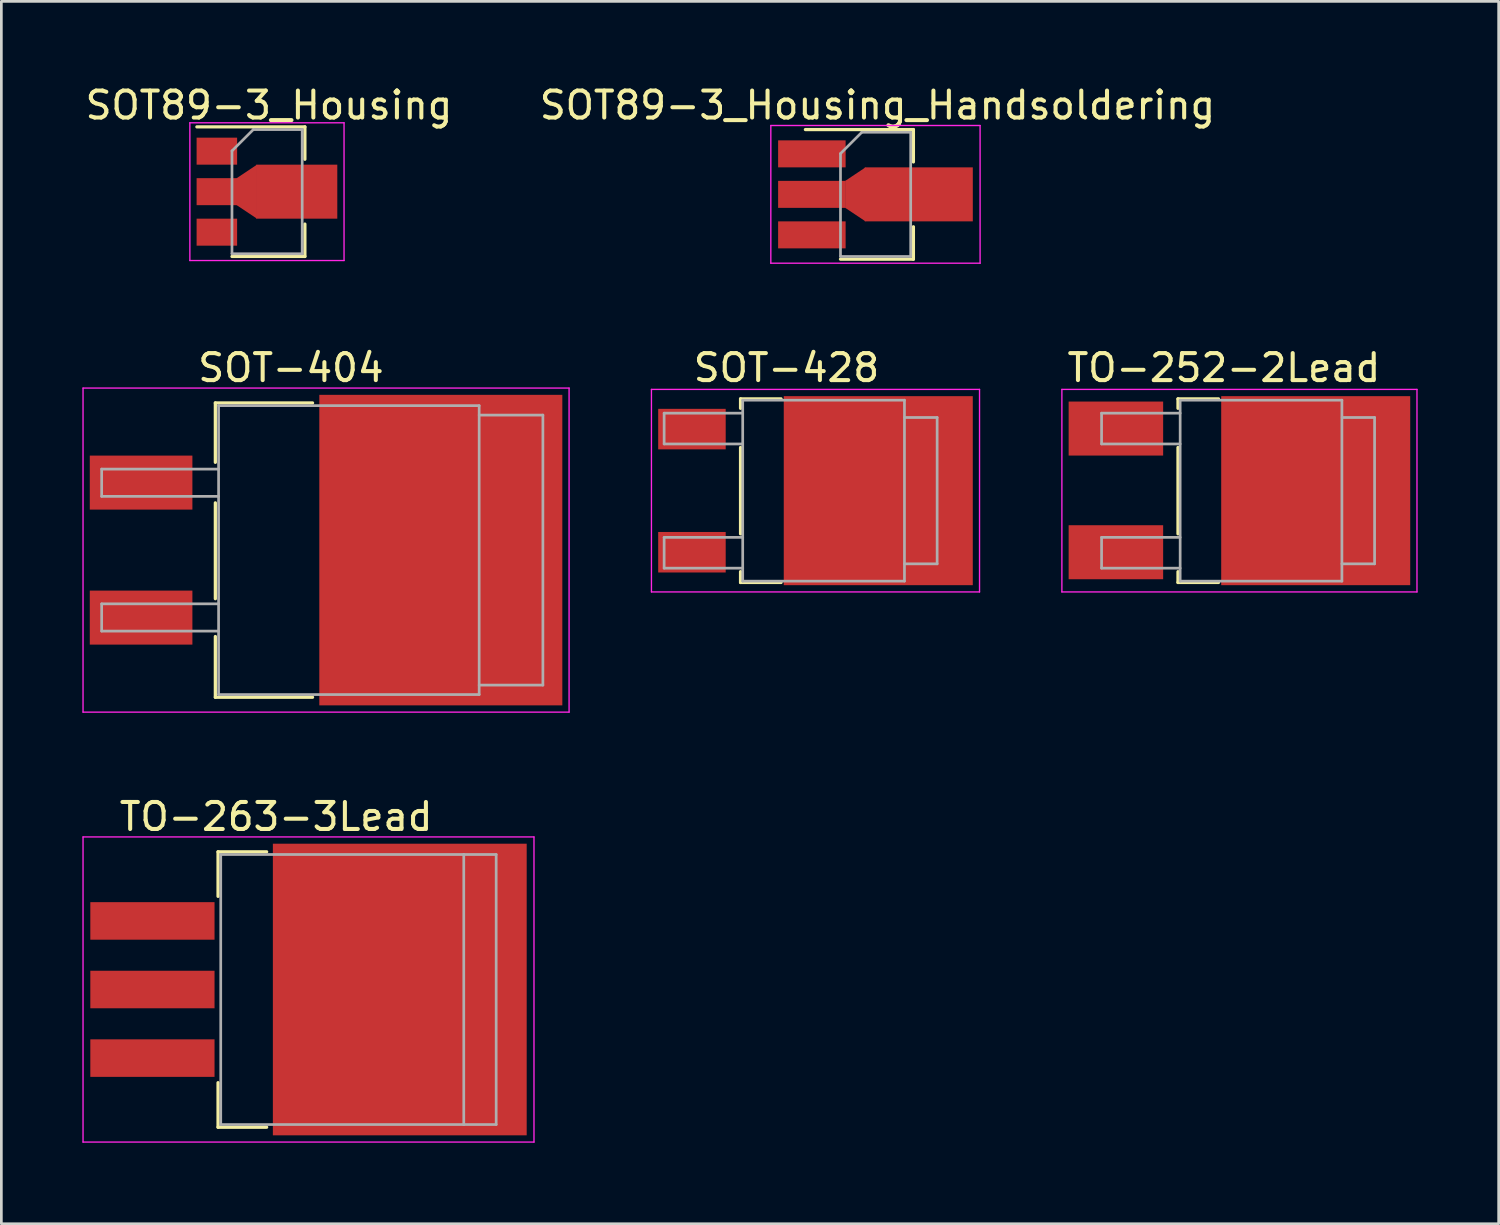
<source format=kicad_pcb>
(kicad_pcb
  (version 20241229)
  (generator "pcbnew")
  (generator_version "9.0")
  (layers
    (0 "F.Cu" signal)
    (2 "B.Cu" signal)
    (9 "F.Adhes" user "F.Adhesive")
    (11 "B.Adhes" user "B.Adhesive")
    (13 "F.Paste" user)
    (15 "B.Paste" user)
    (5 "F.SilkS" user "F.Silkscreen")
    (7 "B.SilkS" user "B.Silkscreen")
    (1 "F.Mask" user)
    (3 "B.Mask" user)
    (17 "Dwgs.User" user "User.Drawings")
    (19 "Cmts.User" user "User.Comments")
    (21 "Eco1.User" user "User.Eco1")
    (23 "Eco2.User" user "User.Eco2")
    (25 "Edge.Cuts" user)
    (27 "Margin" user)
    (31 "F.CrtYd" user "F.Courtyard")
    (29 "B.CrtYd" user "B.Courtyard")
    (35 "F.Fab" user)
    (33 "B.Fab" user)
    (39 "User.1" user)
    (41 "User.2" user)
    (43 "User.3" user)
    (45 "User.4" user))
  (footprint "TO-263-3Lead"
    (layer "F.Cu")
    (at 7.175 33.595)
    (property "Reference" "TO-263-3Lead" (at 0 -6.4 180) (layer "F.SilkS") (effects (font (size 1 1) (thickness 0.15))))
    (attr smd)
    (fp_line (start -2.15 -5.1) (end -2.15 -3.45) (stroke (width 0.12) (type solid)) (layer "F.SilkS"))
    (fp_line (start -2.15 3.45) (end -2.15 5.1) (stroke (width 0.12) (type solid)) (layer "F.SilkS"))
    (fp_line (start -2.15 5.1) (end -0.35 5.1) (stroke (width 0.12) (type solid)) (layer "F.SilkS"))
    (fp_line (start -0.35 -5.1) (end -2.15 -5.1) (stroke (width 0.12) (type solid)) (layer "F.SilkS"))
    (fp_line (start -7.15 -5.65) (end -7.15 5.65) (stroke (width 0.05) (type solid)) (layer "F.CrtYd"))
    (fp_line (start 9.55 -5.65) (end -7.15 -5.65) (stroke (width 0.05) (type solid)) (layer "F.CrtYd"))
    (fp_line (start 9.55 -5.65) (end 9.55 5.65) (stroke (width 0.05) (type solid)) (layer "F.CrtYd"))
    (fp_line (start 9.55 5.65) (end -7.15 5.65) (stroke (width 0.05) (type solid)) (layer "F.CrtYd"))
    (fp_line (start -2.05 -5) (end -2.05 5) (stroke (width 0.1) (type solid)) (layer "F.Fab"))
    (fp_line (start -2.05 5) (end 6.95 5) (stroke (width 0.1) (type solid)) (layer "F.Fab"))
    (fp_line (start 6.95 -5) (end -2.05 -5) (stroke (width 0.1) (type solid)) (layer "F.Fab"))
    (fp_line (start 6.95 5) (end 6.95 -5) (stroke (width 0.1) (type solid)) (layer "F.Fab"))
    (fp_line (start 6.95 5) (end 8.15 5) (stroke (width 0.1) (type solid)) (layer "F.Fab"))
    (fp_line (start 8.15 -5) (end 6.95 -5) (stroke (width 0.1) (type solid)) (layer "F.Fab"))
    (fp_line (start 8.15 5) (end 8.15 -5) (stroke (width 0.1) (type solid)) (layer "F.Fab"))
    (pad "1" smd rect (at -4.58 -2.54) (size 4.6 1.39) (layers "F.Cu" "F.Mask" "F.Paste"))
    (pad "2" smd rect (at -4.58 0) (size 4.6 1.39) (layers "F.Cu" "F.Mask" "F.Paste"))
    (pad "2" smd rect (at 4.58 0) (size 9.4 10.8) (layers "F.Cu" "F.Mask" "F.Paste"))
    (pad "3" smd rect (at -4.58 2.54) (size 4.6 1.39) (layers "F.Cu" "F.Mask" "F.Paste")))
  (footprint "SOT89-3_Housing_Handsoldering"
    (layer "F.Cu")
    (at 28.996 4.148)
    (property "Reference" "SOT89-3_Housing_Handsoldering" (at 0.45 -3.3 0) (layer "F.SilkS") (effects (font (size 1 1) (thickness 0.15))))
    (attr smd)
    (fp_line (start -2.22 -2.4) (end 1.78 -2.4) (stroke (width 0.12) (type solid)) (layer "F.SilkS"))
    (fp_line (start 1.78 -2.4) (end 1.78 -1.2) (stroke (width 0.12) (type solid)) (layer "F.SilkS"))
    (fp_line (start 1.78 1.2) (end 1.78 2.4) (stroke (width 0.12) (type solid)) (layer "F.SilkS"))
    (fp_line (start 1.78 2.4) (end -0.92 2.4) (stroke (width 0.12) (type solid)) (layer "F.SilkS"))
    (fp_line (start -3.5 -2.55) (end -3.5 2.55) (stroke (width 0.05) (type solid)) (layer "F.CrtYd"))
    (fp_line (start -3.5 2.55) (end 4.25 2.55) (stroke (width 0.05) (type solid)) (layer "F.CrtYd"))
    (fp_line (start 4.25 -2.55) (end -3.5 -2.55) (stroke (width 0.05) (type solid)) (layer "F.CrtYd"))
    (fp_line (start 4.25 2.55) (end 4.25 -2.55) (stroke (width 0.05) (type solid)) (layer "F.CrtYd"))
    (fp_line (start -0.92 -1.51) (end -0.13 -2.3) (stroke (width 0.1) (type solid)) (layer "F.Fab"))
    (fp_line (start -0.92 2.3) (end -0.92 -1.51) (stroke (width 0.1) (type solid)) (layer "F.Fab"))
    (fp_line (start -0.13 -2.3) (end 1.68 -2.3) (stroke (width 0.1) (type solid)) (layer "F.Fab"))
    (fp_line (start 1.68 -2.3) (end 1.68 2.3) (stroke (width 0.1) (type solid)) (layer "F.Fab"))
    (fp_line (start 1.68 2.3) (end -0.92 2.3) (stroke (width 0.1) (type solid)) (layer "F.Fab"))
    (pad "1" smd rect (at -1.98 -1.5 270) (size 1 2.5) (layers "F.Cu" "F.Mask" "F.Paste"))
    (pad "2" smd rect (at -1.98 0 270) (size 1 2.5) (layers "F.Cu" "F.Mask" "F.Paste"))
    (pad "2" smd trapezoid (at -0.37 0 90) (size 1.5 0.75) (rect_delta 0 0.5) (layers "F.Cu" "F.Mask" "F.Paste"))
    (pad "2" smd rect (at 1.98 0 270) (size 2 4) (layers "F.Cu" "F.Mask" "F.Paste"))
    (pad "3" smd rect (at -1.98 1.5 270) (size 1 2.5) (layers "F.Cu" "F.Mask" "F.Paste")))
  (footprint "SOT89-3_Housing"
    (layer "F.Cu")
    (at 6.461 4.048)
    (property "Reference" "SOT89-3_Housing" (at 0.45 -3.2 0) (layer "F.SilkS") (effects (font (size 1 1) (thickness 0.15))))
    (attr smd)
    (fp_line (start -2.22 -2.4) (end 1.78 -2.4) (stroke (width 0.12) (type solid)) (layer "F.SilkS"))
    (fp_line (start 1.78 -2.4) (end 1.78 -1.2) (stroke (width 0.12) (type solid)) (layer "F.SilkS"))
    (fp_line (start 1.78 1.2) (end 1.78 2.4) (stroke (width 0.12) (type solid)) (layer "F.SilkS"))
    (fp_line (start 1.78 2.4) (end -0.92 2.4) (stroke (width 0.12) (type solid)) (layer "F.SilkS"))
    (fp_line (start -2.48 2.55) (end -2.48 -2.55) (stroke (width 0.05) (type solid)) (layer "F.CrtYd"))
    (fp_line (start -2.48 2.55) (end 3.23 2.55) (stroke (width 0.05) (type solid)) (layer "F.CrtYd"))
    (fp_line (start 3.23 -2.55) (end -2.48 -2.55) (stroke (width 0.05) (type solid)) (layer "F.CrtYd"))
    (fp_line (start 3.23 -2.55) (end 3.23 2.55) (stroke (width 0.05) (type solid)) (layer "F.CrtYd"))
    (fp_line (start -0.92 -1.51) (end -0.13 -2.3) (stroke (width 0.1) (type solid)) (layer "F.Fab"))
    (fp_line (start -0.92 2.3) (end -0.92 -1.51) (stroke (width 0.1) (type solid)) (layer "F.Fab"))
    (fp_line (start -0.13 -2.3) (end 1.68 -2.3) (stroke (width 0.1) (type solid)) (layer "F.Fab"))
    (fp_line (start 1.68 -2.3) (end 1.68 2.3) (stroke (width 0.1) (type solid)) (layer "F.Fab"))
    (fp_line (start 1.68 2.3) (end -0.92 2.3) (stroke (width 0.1) (type solid)) (layer "F.Fab"))
    (pad "1" smd rect (at -1.48 -1.5 270) (size 1 1.5) (layers "F.Cu" "F.Mask" "F.Paste"))
    (pad "2" smd rect (at -1.48 0 270) (size 1 1.5) (layers "F.Cu" "F.Mask" "F.Paste"))
    (pad "2" smd trapezoid (at -0.37 0 90) (size 1.5 0.75) (rect_delta 0 0.5) (layers "F.Cu" "F.Mask" "F.Paste"))
    (pad "2" smd rect (at 1.48 0 270) (size 2 3) (layers "F.Cu" "F.Mask" "F.Paste"))
    (pad "3" smd rect (at -1.48 1.5 270) (size 1 1.5) (layers "F.Cu" "F.Mask" "F.Paste")))
  (footprint "TO-252-2Lead"
    (layer "F.Cu")
    (at 41.975 15.111)
    (property "Reference" "TO-252-2Lead" (at 0.3 -4.54 0) (layer "F.SilkS") (effects (font (size 1 1) (thickness 0.15))))
    (attr smd)
    (fp_line (start -1.4 -3.39) (end 0.1 -3.39) (stroke (width 0.12) (type solid)) (layer "F.SilkS"))
    (fp_line (start -1.4 -3.04) (end -1.4 -3.39) (stroke (width 0.12) (type solid)) (layer "F.SilkS"))
    (fp_line (start -1.4 1.61) (end -1.4 -1.59) (stroke (width 0.12) (type solid)) (layer "F.SilkS"))
    (fp_line (start -1.4 3.41) (end -1.4 3.01) (stroke (width 0.12) (type solid)) (layer "F.SilkS"))
    (fp_line (start 0.1 3.41) (end -1.4 3.41) (stroke (width 0.12) (type solid)) (layer "F.SilkS"))
    (fp_line (start -5.7 3.76) (end -5.7 -3.74) (stroke (width 0.05) (type solid)) (layer "F.CrtYd"))
    (fp_line (start -5.7 3.76) (end 7.45 3.76) (stroke (width 0.05) (type solid)) (layer "F.CrtYd"))
    (fp_line (start 7.45 -3.74) (end -5.7 -3.74) (stroke (width 0.05) (type solid)) (layer "F.CrtYd"))
    (fp_line (start 7.45 -3.74) (end 7.45 3.76) (stroke (width 0.05) (type solid)) (layer "F.CrtYd"))
    (fp_line (start -4.23 -2.86) (end -4.23 -1.72) (stroke (width 0.1) (type solid)) (layer "F.Fab"))
    (fp_line (start -4.23 -1.72) (end -1.32 -1.72) (stroke (width 0.1) (type solid)) (layer "F.Fab"))
    (fp_line (start -4.23 1.74) (end -4.23 2.88) (stroke (width 0.1) (type solid)) (layer "F.Fab"))
    (fp_line (start -4.23 2.88) (end -1.32 2.88) (stroke (width 0.1) (type solid)) (layer "F.Fab"))
    (fp_line (start -1.32 -2.86) (end -4.23 -2.86) (stroke (width 0.1) (type solid)) (layer "F.Fab"))
    (fp_line (start -1.32 1.74) (end -4.23 1.74) (stroke (width 0.1) (type solid)) (layer "F.Fab"))
    (fp_line (start -1.32 3.36) (end -1.32 -3.34) (stroke (width 0.1) (type solid)) (layer "F.Fab"))
    (fp_line (start -1.32 3.36) (end 4.67 3.36) (stroke (width 0.1) (type solid)) (layer "F.Fab"))
    (fp_line (start 4.67 -3.34) (end -1.32 -3.34) (stroke (width 0.1) (type solid)) (layer "F.Fab"))
    (fp_line (start 4.67 3.36) (end 4.67 -3.34) (stroke (width 0.1) (type solid)) (layer "F.Fab"))
    (fp_line (start 4.68 -2.7) (end 5.88 -2.7) (stroke (width 0.1) (type solid)) (layer "F.Fab"))
    (fp_line (start 5.88 -2.7) (end 5.88 2.72) (stroke (width 0.1) (type solid)) (layer "F.Fab"))
    (fp_line (start 5.88 2.72) (end 4.67 2.72) (stroke (width 0.1) (type solid)) (layer "F.Fab"))
    (pad "1" smd rect (at -3.7 -2.29 270) (size 2 3.5) (layers "F.Cu" "F.Mask" "F.Paste"))
    (pad "2" smd rect (at 3.7 0.01 270) (size 7 7) (layers "F.Cu" "F.Mask" "F.Paste"))
    (pad "3" smd rect (at -3.7 2.29 270) (size 2 3.5) (layers "F.Cu" "F.Mask" "F.Paste")))
  (footprint "SOT-404"
    (layer "F.Cu")
    (at 7.725 17.322)
    (property "Reference" "SOT-404" (at 0 -6.75 0) (layer "F.SilkS") (effects (font (size 1 1) (thickness 0.15))))
    (attr smd)
    (fp_line (start -2.8 -5.45) (end 0.8 -5.45) (stroke (width 0.12) (type solid)) (layer "F.SilkS"))
    (fp_line (start -2.8 -3.25) (end -2.8 -5.45) (stroke (width 0.12) (type solid)) (layer "F.SilkS"))
    (fp_line (start -2.8 1.8) (end -2.8 -1.75) (stroke (width 0.12) (type solid)) (layer "F.SilkS"))
    (fp_line (start -2.8 5.45) (end -2.8 3.2) (stroke (width 0.12) (type solid)) (layer "F.SilkS"))
    (fp_line (start 0.8 5.45) (end -2.8 5.45) (stroke (width 0.12) (type solid)) (layer "F.SilkS"))
    (fp_line (start -7.7 6) (end -7.7 -6) (stroke (width 0.05) (type solid)) (layer "F.CrtYd"))
    (fp_line (start -7.7 6) (end 10.3 6) (stroke (width 0.05) (type solid)) (layer "F.CrtYd"))
    (fp_line (start 10.3 -6) (end -7.7 -6) (stroke (width 0.05) (type solid)) (layer "F.CrtYd"))
    (fp_line (start 10.3 -6) (end 10.3 6) (stroke (width 0.05) (type solid)) (layer "F.CrtYd"))
    (fp_line (start -7.01 -3) (end -7.01 -1.99) (stroke (width 0.1) (type solid)) (layer "F.Fab"))
    (fp_line (start -7.01 -1.99) (end -2.68 -1.99) (stroke (width 0.1) (type solid)) (layer "F.Fab"))
    (fp_line (start -7.01 1.99) (end -7.01 3) (stroke (width 0.1) (type solid)) (layer "F.Fab"))
    (fp_line (start -7.01 3) (end -2.68 3) (stroke (width 0.1) (type solid)) (layer "F.Fab"))
    (fp_line (start -2.68 -5.35) (end 6.97 -5.35) (stroke (width 0.1) (type solid)) (layer "F.Fab"))
    (fp_line (start -2.68 -3) (end -7.01 -3) (stroke (width 0.1) (type solid)) (layer "F.Fab"))
    (fp_line (start -2.68 1.99) (end -7.01 1.99) (stroke (width 0.1) (type solid)) (layer "F.Fab"))
    (fp_line (start -2.68 5.35) (end -2.68 -5.35) (stroke (width 0.1) (type solid)) (layer "F.Fab"))
    (fp_line (start 6.97 -5.35) (end 6.97 5.35) (stroke (width 0.1) (type solid)) (layer "F.Fab"))
    (fp_line (start 6.97 -5) (end 9.33 -5) (stroke (width 0.1) (type solid)) (layer "F.Fab"))
    (fp_line (start 6.97 5.35) (end -2.68 5.35) (stroke (width 0.1) (type solid)) (layer "F.Fab"))
    (fp_line (start 9.33 -5) (end 9.33 5) (stroke (width 0.1) (type solid)) (layer "F.Fab"))
    (fp_line (start 9.33 5) (end 6.97 5) (stroke (width 0.1) (type solid)) (layer "F.Fab"))
    (pad "1" smd rect (at -5.55 -2.5 270) (size 2 3.8) (layers "F.Cu" "F.Mask" "F.Paste"))
    (pad "2" smd rect (at 5.55 0 270) (size 11.5 9) (layers "F.Cu" "F.Mask" "F.Paste"))
    (pad "3" smd rect (at -5.55 2.5 270) (size 2 3.8) (layers "F.Cu" "F.Mask" "F.Paste")))
  (footprint "SOT-428"
    (layer "F.Cu")
    (at 26.025 15.121)
    (property "Reference" "SOT-428" (at 0.05 -4.55 0) (layer "F.SilkS") (effects (font (size 1 1) (thickness 0.15))))
    (attr smd)
    (fp_line (start -1.65 -3.4) (end -0.15 -3.4) (stroke (width 0.12) (type solid)) (layer "F.SilkS"))
    (fp_line (start -1.65 -3.05) (end -1.65 -3.4) (stroke (width 0.12) (type solid)) (layer "F.SilkS"))
    (fp_line (start -1.65 1.6) (end -1.65 -1.6) (stroke (width 0.12) (type solid)) (layer "F.SilkS"))
    (fp_line (start -1.65 3.4) (end -1.65 3) (stroke (width 0.12) (type solid)) (layer "F.SilkS"))
    (fp_line (start -0.15 3.4) (end -1.65 3.4) (stroke (width 0.12) (type solid)) (layer "F.SilkS"))
    (fp_line (start -4.95 3.75) (end -4.95 -3.75) (stroke (width 0.05) (type solid)) (layer "F.CrtYd"))
    (fp_line (start -4.95 3.75) (end 7.2 3.75) (stroke (width 0.05) (type solid)) (layer "F.CrtYd"))
    (fp_line (start 7.2 -3.75) (end -4.95 -3.75) (stroke (width 0.05) (type solid)) (layer "F.CrtYd"))
    (fp_line (start 7.2 -3.75) (end 7.2 3.75) (stroke (width 0.05) (type solid)) (layer "F.CrtYd"))
    (fp_line (start -4.48 -2.87) (end -4.48 -1.73) (stroke (width 0.1) (type solid)) (layer "F.Fab"))
    (fp_line (start -4.48 -1.73) (end -1.57 -1.73) (stroke (width 0.1) (type solid)) (layer "F.Fab"))
    (fp_line (start -4.48 1.73) (end -4.48 2.87) (stroke (width 0.1) (type solid)) (layer "F.Fab"))
    (fp_line (start -4.48 2.87) (end -1.57 2.87) (stroke (width 0.1) (type solid)) (layer "F.Fab"))
    (fp_line (start -1.57 -2.87) (end -4.48 -2.87) (stroke (width 0.1) (type solid)) (layer "F.Fab"))
    (fp_line (start -1.57 1.73) (end -4.48 1.73) (stroke (width 0.1) (type solid)) (layer "F.Fab"))
    (fp_line (start -1.57 3.35) (end -1.57 -3.35) (stroke (width 0.1) (type solid)) (layer "F.Fab"))
    (fp_line (start -1.57 3.35) (end 4.42 3.35) (stroke (width 0.1) (type solid)) (layer "F.Fab"))
    (fp_line (start 4.42 -3.35) (end -1.57 -3.35) (stroke (width 0.1) (type solid)) (layer "F.Fab"))
    (fp_line (start 4.42 3.35) (end 4.42 -3.35) (stroke (width 0.1) (type solid)) (layer "F.Fab"))
    (fp_line (start 4.43 -2.71) (end 5.63 -2.71) (stroke (width 0.1) (type solid)) (layer "F.Fab"))
    (fp_line (start 5.63 -2.71) (end 5.63 2.71) (stroke (width 0.1) (type solid)) (layer "F.Fab"))
    (fp_line (start 5.63 2.71) (end 4.42 2.71) (stroke (width 0.1) (type solid)) (layer "F.Fab"))
    (pad "1" smd rect (at -3.45 -2.28 270) (size 1.5 2.5) (layers "F.Cu" "F.Mask" "F.Paste"))
    (pad "2" smd rect (at 3.45 0 270) (size 7 7) (layers "F.Cu" "F.Mask" "F.Paste"))
    (pad "3" smd rect (at -3.45 2.28 270) (size 1.5 2.5) (layers "F.Cu" "F.Mask" "F.Paste")))
  (gr_rect
    (start -3 -3)
    (end 52.45 42.27)
    (stroke (width 0.1) (type default))
    (fill no)
    (layer "Edge.Cuts")))
</source>
